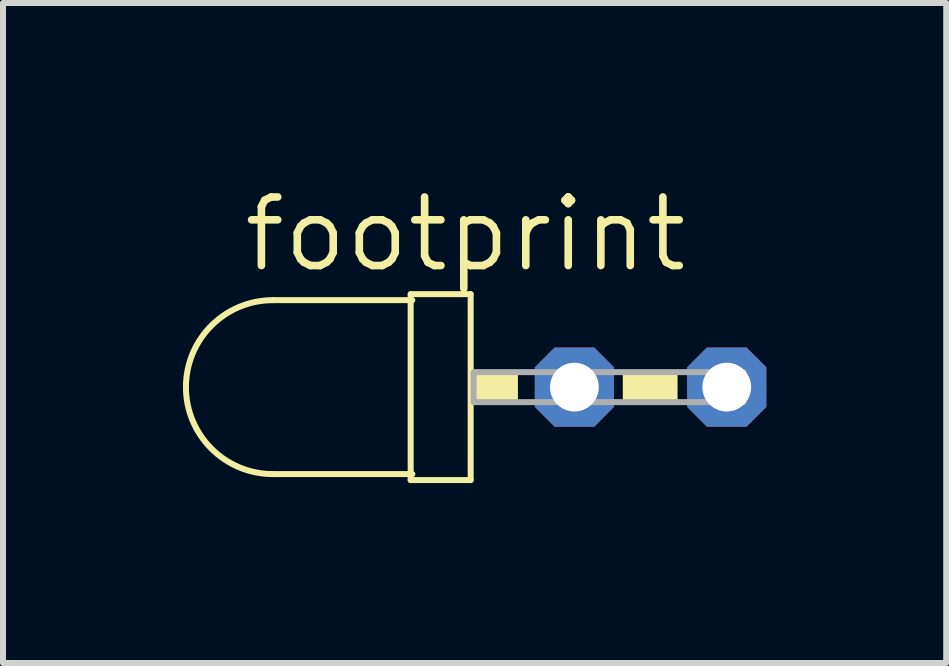
<source format=kicad_pcb>
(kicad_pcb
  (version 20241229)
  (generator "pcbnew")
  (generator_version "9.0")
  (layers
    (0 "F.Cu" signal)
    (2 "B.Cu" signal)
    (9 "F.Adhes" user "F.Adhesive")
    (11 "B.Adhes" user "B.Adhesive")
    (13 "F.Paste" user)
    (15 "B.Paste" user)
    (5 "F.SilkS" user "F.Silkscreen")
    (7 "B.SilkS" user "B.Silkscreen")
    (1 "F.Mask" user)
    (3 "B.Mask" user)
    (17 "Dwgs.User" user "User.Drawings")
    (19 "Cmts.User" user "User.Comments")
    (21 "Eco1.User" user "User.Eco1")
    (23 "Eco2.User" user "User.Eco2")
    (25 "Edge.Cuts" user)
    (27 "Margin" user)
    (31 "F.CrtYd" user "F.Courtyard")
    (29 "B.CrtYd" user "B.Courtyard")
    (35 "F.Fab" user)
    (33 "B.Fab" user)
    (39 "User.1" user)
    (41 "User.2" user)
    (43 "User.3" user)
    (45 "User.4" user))
  (footprint "footprint"
    (layer "F.Cu")
    (at 7.798 3.405)
    (property "Reference" "footprint" (at -6.845 -1.881 0) (layer "F.SilkS") (effects (font (size 1.143 1.143) (thickness 0.127)) (justify left bottom)))
    (fp_line (start -6.298 1.45) (end -4 1.45) (stroke (width 0.1) (type solid)) (layer "F.SilkS"))
    (fp_line (start -4 -1.55) (end -4 -1.45) (stroke (width 0.1) (type solid)) (layer "F.SilkS"))
    (fp_line (start -4 -1.45) (end -6.298 -1.45) (stroke (width 0.1) (type solid)) (layer "F.SilkS"))
    (fp_line (start -4 -1.45) (end -4 1.45) (stroke (width 0.1) (type solid)) (layer "F.SilkS"))
    (fp_line (start -4 1.45) (end -4 1.55) (stroke (width 0.1) (type solid)) (layer "F.SilkS"))
    (fp_line (start -4 1.45) (end -3.973 1.45) (stroke (width 0.1) (type solid)) (layer "F.SilkS"))
    (fp_line (start -4 1.55) (end -3 1.55) (stroke (width 0.1) (type solid)) (layer "F.SilkS"))
    (fp_line (start -3.973 -1.45) (end -4 -1.45) (stroke (width 0.1) (type solid)) (layer "F.SilkS"))
    (fp_line (start -3 -1.55) (end -4 -1.55) (stroke (width 0.1) (type solid)) (layer "F.SilkS"))
    (fp_line (start -3 1.55) (end -3 -1.55) (stroke (width 0.1) (type solid)) (layer "F.SilkS"))
    (fp_arc (start -6.2975 1.45) (mid -7.7475 0) (end -6.2975 -1.45) (stroke (width 0.1) (type solid)) (layer "F.SilkS"))
    (fp_poly (pts (xy -2.95 0.25) (xy -2.212 0.25) (xy -2.212 -0.25) (xy -2.95 -0.25)) (stroke (width 0) (type solid)) (fill yes) (layer "F.SilkS"))
    (fp_poly (pts (xy -0.463 0.25) (xy 0.45 0.25) (xy 0.45 -0.25) (xy -0.463 -0.25)) (stroke (width 0) (type solid)) (fill yes) (layer "F.SilkS"))
    (fp_poly (pts (xy -2.95 0.25) (xy 1.55 0.25) (xy 1.55 -0.25) (xy -2.95 -0.25)) (stroke (width 0.1) (type solid)) (fill no) (layer "F.Fab"))
    (pad "A" thru_hole roundrect (at -1.27 0) (size 1.321 1.321) (drill 0.813) (layers "*.Cu" "*.Mask") (roundrect_rratio 0.25) (chamfer_ratio 0.25) (chamfer top_left top_right bottom_left bottom_right))
    (pad "K" thru_hole roundrect (at 1.27 0) (size 1.321 1.321) (drill 0.813) (layers "*.Cu" "*.Mask") (roundrect_rratio 0.25) (chamfer_ratio 0.25) (chamfer top_left top_right bottom_left bottom_right)))
  (gr_rect
    (start -3 -3)
    (end 12.728 8.005)
    (stroke (width 0.1) (type default))
    (fill no)
    (layer "Edge.Cuts")))
</source>
